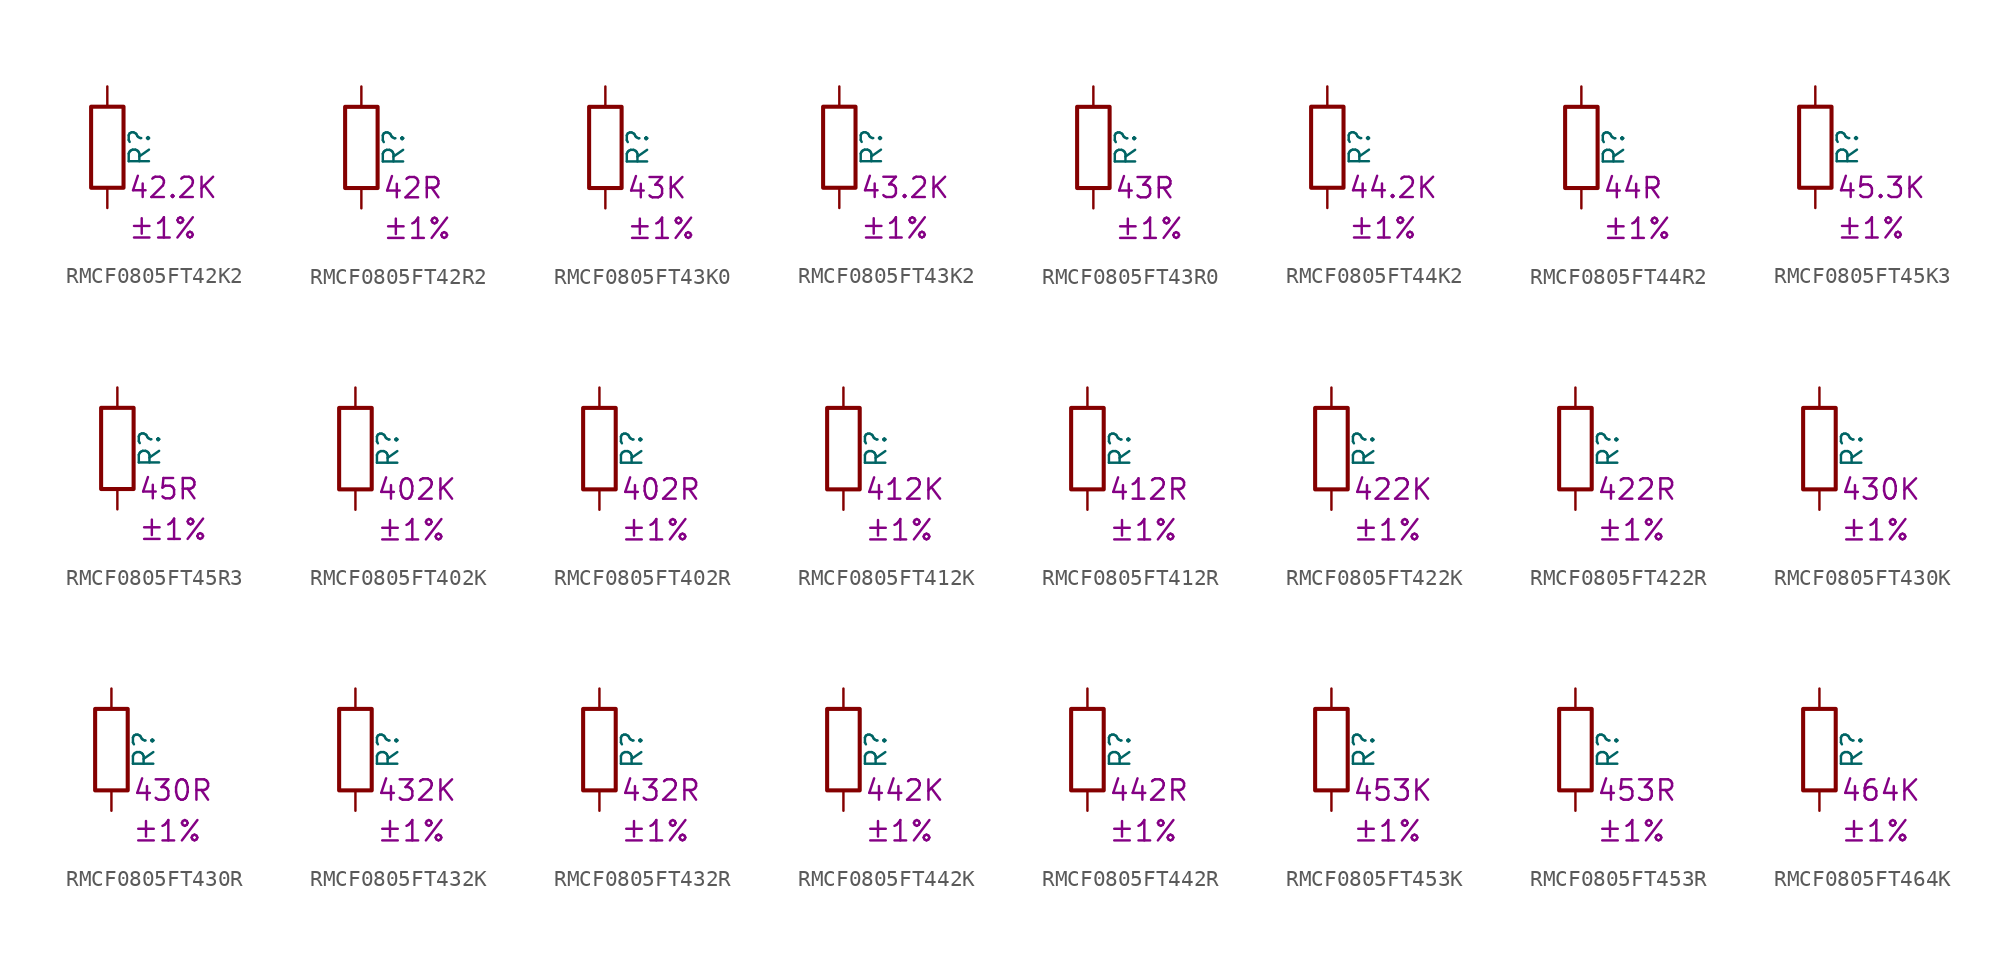
<source format=kicad_sym>
(kicad_symbol_lib
  (version 20220914)
  (generator kicad_symbol_editor)
  (symbol "RMCF0805FT42K2"
    (pin_numbers hide)
    (pin_names
      (offset 0))
    (property "Reference" "R"
      (at 2.032 0 90)
      (effects (font (size 1.27 1.27))))
    (property "Resistance" "42.2K"
      (at 1.27 -2.54 0)
      (effects (font (size 1.27 1.27)) (justify left)))
    (property "Tolerance" "±1%"
      (at 1.27 -5.08 0)
      (effects (font (size 1.27 1.27)) (justify left)))
    (symbol "RMCF0805FT42K2_0_1"
      (rectangle (start -1.016 -2.54) (end 1.016 2.54) (stroke (width 0.254) (type default)) (fill (type none))))
    (symbol "RMCF0805FT42K2_1_1"
      (pin passive line (at 0 3.81 270) (length 1.27) (name "~" (effects (font (size 1.27 1.27)))) (number "1" (effects (font (size 1.27 1.27)))))
      (pin passive line (at 0 -3.81 90) (length 1.27) (name "~" (effects (font (size 1.27 1.27)))) (number "2" (effects (font (size 1.27 1.27)))))))
  (symbol "RMCF0805FT42R2"
    (pin_numbers hide)
    (pin_names
      (offset 0))
    (property "Reference" "R"
      (at 2.032 0 90)
      (effects (font (size 1.27 1.27))))
    (property "Resistance" "42R"
      (at 1.27 -2.54 0)
      (effects (font (size 1.27 1.27)) (justify left)))
    (property "Tolerance" "±1%"
      (at 1.27 -5.08 0)
      (effects (font (size 1.27 1.27)) (justify left)))
    (symbol "RMCF0805FT42R2_0_1"
      (rectangle (start -1.016 -2.54) (end 1.016 2.54) (stroke (width 0.254) (type default)) (fill (type none))))
    (symbol "RMCF0805FT42R2_1_1"
      (pin passive line (at 0 3.81 270) (length 1.27) (name "~" (effects (font (size 1.27 1.27)))) (number "1" (effects (font (size 1.27 1.27)))))
      (pin passive line (at 0 -3.81 90) (length 1.27) (name "~" (effects (font (size 1.27 1.27)))) (number "2" (effects (font (size 1.27 1.27)))))))
  (symbol "RMCF0805FT43K0"
    (pin_numbers hide)
    (pin_names
      (offset 0))
    (property "Reference" "R"
      (at 2.032 0 90)
      (effects (font (size 1.27 1.27))))
    (property "Resistance" "43K"
      (at 1.27 -2.54 0)
      (effects (font (size 1.27 1.27)) (justify left)))
    (property "Tolerance" "±1%"
      (at 1.27 -5.08 0)
      (effects (font (size 1.27 1.27)) (justify left)))
    (symbol "RMCF0805FT43K0_0_1"
      (rectangle (start -1.016 -2.54) (end 1.016 2.54) (stroke (width 0.254) (type default)) (fill (type none))))
    (symbol "RMCF0805FT43K0_1_1"
      (pin passive line (at 0 3.81 270) (length 1.27) (name "~" (effects (font (size 1.27 1.27)))) (number "1" (effects (font (size 1.27 1.27)))))
      (pin passive line (at 0 -3.81 90) (length 1.27) (name "~" (effects (font (size 1.27 1.27)))) (number "2" (effects (font (size 1.27 1.27)))))))
  (symbol "RMCF0805FT43K2"
    (pin_numbers hide)
    (pin_names
      (offset 0))
    (property "Reference" "R"
      (at 2.032 0 90)
      (effects (font (size 1.27 1.27))))
    (property "Resistance" "43.2K"
      (at 1.27 -2.54 0)
      (effects (font (size 1.27 1.27)) (justify left)))
    (property "Tolerance" "±1%"
      (at 1.27 -5.08 0)
      (effects (font (size 1.27 1.27)) (justify left)))
    (symbol "RMCF0805FT43K2_0_1"
      (rectangle (start -1.016 -2.54) (end 1.016 2.54) (stroke (width 0.254) (type default)) (fill (type none))))
    (symbol "RMCF0805FT43K2_1_1"
      (pin passive line (at 0 3.81 270) (length 1.27) (name "~" (effects (font (size 1.27 1.27)))) (number "1" (effects (font (size 1.27 1.27)))))
      (pin passive line (at 0 -3.81 90) (length 1.27) (name "~" (effects (font (size 1.27 1.27)))) (number "2" (effects (font (size 1.27 1.27)))))))
  (symbol "RMCF0805FT43R0"
    (pin_numbers hide)
    (pin_names
      (offset 0))
    (property "Reference" "R"
      (at 2.032 0 90)
      (effects (font (size 1.27 1.27))))
    (property "Resistance" "43R"
      (at 1.27 -2.54 0)
      (effects (font (size 1.27 1.27)) (justify left)))
    (property "Tolerance" "±1%"
      (at 1.27 -5.08 0)
      (effects (font (size 1.27 1.27)) (justify left)))
    (symbol "RMCF0805FT43R0_0_1"
      (rectangle (start -1.016 -2.54) (end 1.016 2.54) (stroke (width 0.254) (type default)) (fill (type none))))
    (symbol "RMCF0805FT43R0_1_1"
      (pin passive line (at 0 3.81 270) (length 1.27) (name "~" (effects (font (size 1.27 1.27)))) (number "1" (effects (font (size 1.27 1.27)))))
      (pin passive line (at 0 -3.81 90) (length 1.27) (name "~" (effects (font (size 1.27 1.27)))) (number "2" (effects (font (size 1.27 1.27)))))))
  (symbol "RMCF0805FT44K2"
    (pin_numbers hide)
    (pin_names
      (offset 0))
    (property "Reference" "R"
      (at 2.032 0 90)
      (effects (font (size 1.27 1.27))))
    (property "Resistance" "44.2K"
      (at 1.27 -2.54 0)
      (effects (font (size 1.27 1.27)) (justify left)))
    (property "Tolerance" "±1%"
      (at 1.27 -5.08 0)
      (effects (font (size 1.27 1.27)) (justify left)))
    (symbol "RMCF0805FT44K2_0_1"
      (rectangle (start -1.016 -2.54) (end 1.016 2.54) (stroke (width 0.254) (type default)) (fill (type none))))
    (symbol "RMCF0805FT44K2_1_1"
      (pin passive line (at 0 3.81 270) (length 1.27) (name "~" (effects (font (size 1.27 1.27)))) (number "1" (effects (font (size 1.27 1.27)))))
      (pin passive line (at 0 -3.81 90) (length 1.27) (name "~" (effects (font (size 1.27 1.27)))) (number "2" (effects (font (size 1.27 1.27)))))))
  (symbol "RMCF0805FT44R2"
    (pin_numbers hide)
    (pin_names
      (offset 0))
    (property "Reference" "R"
      (at 2.032 0 90)
      (effects (font (size 1.27 1.27))))
    (property "Resistance" "44R"
      (at 1.27 -2.54 0)
      (effects (font (size 1.27 1.27)) (justify left)))
    (property "Tolerance" "±1%"
      (at 1.27 -5.08 0)
      (effects (font (size 1.27 1.27)) (justify left)))
    (symbol "RMCF0805FT44R2_0_1"
      (rectangle (start -1.016 -2.54) (end 1.016 2.54) (stroke (width 0.254) (type default)) (fill (type none))))
    (symbol "RMCF0805FT44R2_1_1"
      (pin passive line (at 0 3.81 270) (length 1.27) (name "~" (effects (font (size 1.27 1.27)))) (number "1" (effects (font (size 1.27 1.27)))))
      (pin passive line (at 0 -3.81 90) (length 1.27) (name "~" (effects (font (size 1.27 1.27)))) (number "2" (effects (font (size 1.27 1.27)))))))
  (symbol "RMCF0805FT45K3"
    (pin_numbers hide)
    (pin_names
      (offset 0))
    (property "Reference" "R"
      (at 2.032 0 90)
      (effects (font (size 1.27 1.27))))
    (property "Resistance" "45.3K"
      (at 1.27 -2.54 0)
      (effects (font (size 1.27 1.27)) (justify left)))
    (property "Tolerance" "±1%"
      (at 1.27 -5.08 0)
      (effects (font (size 1.27 1.27)) (justify left)))
    (symbol "RMCF0805FT45K3_0_1"
      (rectangle (start -1.016 -2.54) (end 1.016 2.54) (stroke (width 0.254) (type default)) (fill (type none))))
    (symbol "RMCF0805FT45K3_1_1"
      (pin passive line (at 0 3.81 270) (length 1.27) (name "~" (effects (font (size 1.27 1.27)))) (number "1" (effects (font (size 1.27 1.27)))))
      (pin passive line (at 0 -3.81 90) (length 1.27) (name "~" (effects (font (size 1.27 1.27)))) (number "2" (effects (font (size 1.27 1.27)))))))
  (symbol "RMCF0805FT45R3"
    (pin_numbers hide)
    (pin_names
      (offset 0))
    (property "Reference" "R"
      (at 2.032 0 90)
      (effects (font (size 1.27 1.27))))
    (property "Resistance" "45R"
      (at 1.27 -2.54 0)
      (effects (font (size 1.27 1.27)) (justify left)))
    (property "Tolerance" "±1%"
      (at 1.27 -5.08 0)
      (effects (font (size 1.27 1.27)) (justify left)))
    (symbol "RMCF0805FT45R3_0_1"
      (rectangle (start -1.016 -2.54) (end 1.016 2.54) (stroke (width 0.254) (type default)) (fill (type none))))
    (symbol "RMCF0805FT45R3_1_1"
      (pin passive line (at 0 3.81 270) (length 1.27) (name "~" (effects (font (size 1.27 1.27)))) (number "1" (effects (font (size 1.27 1.27)))))
      (pin passive line (at 0 -3.81 90) (length 1.27) (name "~" (effects (font (size 1.27 1.27)))) (number "2" (effects (font (size 1.27 1.27)))))))
  (symbol "RMCF0805FT402K"
    (pin_numbers hide)
    (pin_names
      (offset 0))
    (property "Reference" "R"
      (at 2.032 0 90)
      (effects (font (size 1.27 1.27))))
    (property "Resistance" "402K"
      (at 1.27 -2.54 0)
      (effects (font (size 1.27 1.27)) (justify left)))
    (property "Tolerance" "±1%"
      (at 1.27 -5.08 0)
      (effects (font (size 1.27 1.27)) (justify left)))
    (symbol "RMCF0805FT402K_0_1"
      (rectangle (start -1.016 -2.54) (end 1.016 2.54) (stroke (width 0.254) (type default)) (fill (type none))))
    (symbol "RMCF0805FT402K_1_1"
      (pin passive line (at 0 3.81 270) (length 1.27) (name "~" (effects (font (size 1.27 1.27)))) (number "1" (effects (font (size 1.27 1.27)))))
      (pin passive line (at 0 -3.81 90) (length 1.27) (name "~" (effects (font (size 1.27 1.27)))) (number "2" (effects (font (size 1.27 1.27)))))))
  (symbol "RMCF0805FT402R"
    (pin_numbers hide)
    (pin_names
      (offset 0))
    (property "Reference" "R"
      (at 2.032 0 90)
      (effects (font (size 1.27 1.27))))
    (property "Resistance" "402R"
      (at 1.27 -2.54 0)
      (effects (font (size 1.27 1.27)) (justify left)))
    (property "Tolerance" "±1%"
      (at 1.27 -5.08 0)
      (effects (font (size 1.27 1.27)) (justify left)))
    (symbol "RMCF0805FT402R_0_1"
      (rectangle (start -1.016 -2.54) (end 1.016 2.54) (stroke (width 0.254) (type default)) (fill (type none))))
    (symbol "RMCF0805FT402R_1_1"
      (pin passive line (at 0 3.81 270) (length 1.27) (name "~" (effects (font (size 1.27 1.27)))) (number "1" (effects (font (size 1.27 1.27)))))
      (pin passive line (at 0 -3.81 90) (length 1.27) (name "~" (effects (font (size 1.27 1.27)))) (number "2" (effects (font (size 1.27 1.27)))))))
  (symbol "RMCF0805FT412K"
    (pin_numbers hide)
    (pin_names
      (offset 0))
    (property "Reference" "R"
      (at 2.032 0 90)
      (effects (font (size 1.27 1.27))))
    (property "Resistance" "412K"
      (at 1.27 -2.54 0)
      (effects (font (size 1.27 1.27)) (justify left)))
    (property "Tolerance" "±1%"
      (at 1.27 -5.08 0)
      (effects (font (size 1.27 1.27)) (justify left)))
    (symbol "RMCF0805FT412K_0_1"
      (rectangle (start -1.016 -2.54) (end 1.016 2.54) (stroke (width 0.254) (type default)) (fill (type none))))
    (symbol "RMCF0805FT412K_1_1"
      (pin passive line (at 0 3.81 270) (length 1.27) (name "~" (effects (font (size 1.27 1.27)))) (number "1" (effects (font (size 1.27 1.27)))))
      (pin passive line (at 0 -3.81 90) (length 1.27) (name "~" (effects (font (size 1.27 1.27)))) (number "2" (effects (font (size 1.27 1.27)))))))
  (symbol "RMCF0805FT412R"
    (pin_numbers hide)
    (pin_names
      (offset 0))
    (property "Reference" "R"
      (at 2.032 0 90)
      (effects (font (size 1.27 1.27))))
    (property "Resistance" "412R"
      (at 1.27 -2.54 0)
      (effects (font (size 1.27 1.27)) (justify left)))
    (property "Tolerance" "±1%"
      (at 1.27 -5.08 0)
      (effects (font (size 1.27 1.27)) (justify left)))
    (symbol "RMCF0805FT412R_0_1"
      (rectangle (start -1.016 -2.54) (end 1.016 2.54) (stroke (width 0.254) (type default)) (fill (type none))))
    (symbol "RMCF0805FT412R_1_1"
      (pin passive line (at 0 3.81 270) (length 1.27) (name "~" (effects (font (size 1.27 1.27)))) (number "1" (effects (font (size 1.27 1.27)))))
      (pin passive line (at 0 -3.81 90) (length 1.27) (name "~" (effects (font (size 1.27 1.27)))) (number "2" (effects (font (size 1.27 1.27)))))))
  (symbol "RMCF0805FT422K"
    (pin_numbers hide)
    (pin_names
      (offset 0))
    (property "Reference" "R"
      (at 2.032 0 90)
      (effects (font (size 1.27 1.27))))
    (property "Resistance" "422K"
      (at 1.27 -2.54 0)
      (effects (font (size 1.27 1.27)) (justify left)))
    (property "Tolerance" "±1%"
      (at 1.27 -5.08 0)
      (effects (font (size 1.27 1.27)) (justify left)))
    (symbol "RMCF0805FT422K_0_1"
      (rectangle (start -1.016 -2.54) (end 1.016 2.54) (stroke (width 0.254) (type default)) (fill (type none))))
    (symbol "RMCF0805FT422K_1_1"
      (pin passive line (at 0 3.81 270) (length 1.27) (name "~" (effects (font (size 1.27 1.27)))) (number "1" (effects (font (size 1.27 1.27)))))
      (pin passive line (at 0 -3.81 90) (length 1.27) (name "~" (effects (font (size 1.27 1.27)))) (number "2" (effects (font (size 1.27 1.27)))))))
  (symbol "RMCF0805FT422R"
    (pin_numbers hide)
    (pin_names
      (offset 0))
    (property "Reference" "R"
      (at 2.032 0 90)
      (effects (font (size 1.27 1.27))))
    (property "Resistance" "422R"
      (at 1.27 -2.54 0)
      (effects (font (size 1.27 1.27)) (justify left)))
    (property "Tolerance" "±1%"
      (at 1.27 -5.08 0)
      (effects (font (size 1.27 1.27)) (justify left)))
    (symbol "RMCF0805FT422R_0_1"
      (rectangle (start -1.016 -2.54) (end 1.016 2.54) (stroke (width 0.254) (type default)) (fill (type none))))
    (symbol "RMCF0805FT422R_1_1"
      (pin passive line (at 0 3.81 270) (length 1.27) (name "~" (effects (font (size 1.27 1.27)))) (number "1" (effects (font (size 1.27 1.27)))))
      (pin passive line (at 0 -3.81 90) (length 1.27) (name "~" (effects (font (size 1.27 1.27)))) (number "2" (effects (font (size 1.27 1.27)))))))
  (symbol "RMCF0805FT430K"
    (pin_numbers hide)
    (pin_names
      (offset 0))
    (property "Reference" "R"
      (at 2.032 0 90)
      (effects (font (size 1.27 1.27))))
    (property "Resistance" "430K"
      (at 1.27 -2.54 0)
      (effects (font (size 1.27 1.27)) (justify left)))
    (property "Tolerance" "±1%"
      (at 1.27 -5.08 0)
      (effects (font (size 1.27 1.27)) (justify left)))
    (symbol "RMCF0805FT430K_0_1"
      (rectangle (start -1.016 -2.54) (end 1.016 2.54) (stroke (width 0.254) (type default)) (fill (type none))))
    (symbol "RMCF0805FT430K_1_1"
      (pin passive line (at 0 3.81 270) (length 1.27) (name "~" (effects (font (size 1.27 1.27)))) (number "1" (effects (font (size 1.27 1.27)))))
      (pin passive line (at 0 -3.81 90) (length 1.27) (name "~" (effects (font (size 1.27 1.27)))) (number "2" (effects (font (size 1.27 1.27)))))))
  (symbol "RMCF0805FT430R"
    (pin_numbers hide)
    (pin_names
      (offset 0))
    (property "Reference" "R"
      (at 2.032 0 90)
      (effects (font (size 1.27 1.27))))
    (property "Resistance" "430R"
      (at 1.27 -2.54 0)
      (effects (font (size 1.27 1.27)) (justify left)))
    (property "Tolerance" "±1%"
      (at 1.27 -5.08 0)
      (effects (font (size 1.27 1.27)) (justify left)))
    (symbol "RMCF0805FT430R_0_1"
      (rectangle (start -1.016 -2.54) (end 1.016 2.54) (stroke (width 0.254) (type default)) (fill (type none))))
    (symbol "RMCF0805FT430R_1_1"
      (pin passive line (at 0 3.81 270) (length 1.27) (name "~" (effects (font (size 1.27 1.27)))) (number "1" (effects (font (size 1.27 1.27)))))
      (pin passive line (at 0 -3.81 90) (length 1.27) (name "~" (effects (font (size 1.27 1.27)))) (number "2" (effects (font (size 1.27 1.27)))))))
  (symbol "RMCF0805FT432K"
    (pin_numbers hide)
    (pin_names
      (offset 0))
    (property "Reference" "R"
      (at 2.032 0 90)
      (effects (font (size 1.27 1.27))))
    (property "Resistance" "432K"
      (at 1.27 -2.54 0)
      (effects (font (size 1.27 1.27)) (justify left)))
    (property "Tolerance" "±1%"
      (at 1.27 -5.08 0)
      (effects (font (size 1.27 1.27)) (justify left)))
    (symbol "RMCF0805FT432K_0_1"
      (rectangle (start -1.016 -2.54) (end 1.016 2.54) (stroke (width 0.254) (type default)) (fill (type none))))
    (symbol "RMCF0805FT432K_1_1"
      (pin passive line (at 0 3.81 270) (length 1.27) (name "~" (effects (font (size 1.27 1.27)))) (number "1" (effects (font (size 1.27 1.27)))))
      (pin passive line (at 0 -3.81 90) (length 1.27) (name "~" (effects (font (size 1.27 1.27)))) (number "2" (effects (font (size 1.27 1.27)))))))
  (symbol "RMCF0805FT432R"
    (pin_numbers hide)
    (pin_names
      (offset 0))
    (property "Reference" "R"
      (at 2.032 0 90)
      (effects (font (size 1.27 1.27))))
    (property "Resistance" "432R"
      (at 1.27 -2.54 0)
      (effects (font (size 1.27 1.27)) (justify left)))
    (property "Tolerance" "±1%"
      (at 1.27 -5.08 0)
      (effects (font (size 1.27 1.27)) (justify left)))
    (symbol "RMCF0805FT432R_0_1"
      (rectangle (start -1.016 -2.54) (end 1.016 2.54) (stroke (width 0.254) (type default)) (fill (type none))))
    (symbol "RMCF0805FT432R_1_1"
      (pin passive line (at 0 3.81 270) (length 1.27) (name "~" (effects (font (size 1.27 1.27)))) (number "1" (effects (font (size 1.27 1.27)))))
      (pin passive line (at 0 -3.81 90) (length 1.27) (name "~" (effects (font (size 1.27 1.27)))) (number "2" (effects (font (size 1.27 1.27)))))))
  (symbol "RMCF0805FT442K"
    (pin_numbers hide)
    (pin_names
      (offset 0))
    (property "Reference" "R"
      (at 2.032 0 90)
      (effects (font (size 1.27 1.27))))
    (property "Resistance" "442K"
      (at 1.27 -2.54 0)
      (effects (font (size 1.27 1.27)) (justify left)))
    (property "Tolerance" "±1%"
      (at 1.27 -5.08 0)
      (effects (font (size 1.27 1.27)) (justify left)))
    (symbol "RMCF0805FT442K_0_1"
      (rectangle (start -1.016 -2.54) (end 1.016 2.54) (stroke (width 0.254) (type default)) (fill (type none))))
    (symbol "RMCF0805FT442K_1_1"
      (pin passive line (at 0 3.81 270) (length 1.27) (name "~" (effects (font (size 1.27 1.27)))) (number "1" (effects (font (size 1.27 1.27)))))
      (pin passive line (at 0 -3.81 90) (length 1.27) (name "~" (effects (font (size 1.27 1.27)))) (number "2" (effects (font (size 1.27 1.27)))))))
  (symbol "RMCF0805FT442R"
    (pin_numbers hide)
    (pin_names
      (offset 0))
    (property "Reference" "R"
      (at 2.032 0 90)
      (effects (font (size 1.27 1.27))))
    (property "Resistance" "442R"
      (at 1.27 -2.54 0)
      (effects (font (size 1.27 1.27)) (justify left)))
    (property "Tolerance" "±1%"
      (at 1.27 -5.08 0)
      (effects (font (size 1.27 1.27)) (justify left)))
    (symbol "RMCF0805FT442R_0_1"
      (rectangle (start -1.016 -2.54) (end 1.016 2.54) (stroke (width 0.254) (type default)) (fill (type none))))
    (symbol "RMCF0805FT442R_1_1"
      (pin passive line (at 0 3.81 270) (length 1.27) (name "~" (effects (font (size 1.27 1.27)))) (number "1" (effects (font (size 1.27 1.27)))))
      (pin passive line (at 0 -3.81 90) (length 1.27) (name "~" (effects (font (size 1.27 1.27)))) (number "2" (effects (font (size 1.27 1.27)))))))
  (symbol "RMCF0805FT453K"
    (pin_numbers hide)
    (pin_names
      (offset 0))
    (property "Reference" "R"
      (at 2.032 0 90)
      (effects (font (size 1.27 1.27))))
    (property "Resistance" "453K"
      (at 1.27 -2.54 0)
      (effects (font (size 1.27 1.27)) (justify left)))
    (property "Tolerance" "±1%"
      (at 1.27 -5.08 0)
      (effects (font (size 1.27 1.27)) (justify left)))
    (symbol "RMCF0805FT453K_0_1"
      (rectangle (start -1.016 -2.54) (end 1.016 2.54) (stroke (width 0.254) (type default)) (fill (type none))))
    (symbol "RMCF0805FT453K_1_1"
      (pin passive line (at 0 3.81 270) (length 1.27) (name "~" (effects (font (size 1.27 1.27)))) (number "1" (effects (font (size 1.27 1.27)))))
      (pin passive line (at 0 -3.81 90) (length 1.27) (name "~" (effects (font (size 1.27 1.27)))) (number "2" (effects (font (size 1.27 1.27)))))))
  (symbol "RMCF0805FT453R"
    (pin_numbers hide)
    (pin_names
      (offset 0))
    (property "Reference" "R"
      (at 2.032 0 90)
      (effects (font (size 1.27 1.27))))
    (property "Resistance" "453R"
      (at 1.27 -2.54 0)
      (effects (font (size 1.27 1.27)) (justify left)))
    (property "Tolerance" "±1%"
      (at 1.27 -5.08 0)
      (effects (font (size 1.27 1.27)) (justify left)))
    (symbol "RMCF0805FT453R_0_1"
      (rectangle (start -1.016 -2.54) (end 1.016 2.54) (stroke (width 0.254) (type default)) (fill (type none))))
    (symbol "RMCF0805FT453R_1_1"
      (pin passive line (at 0 3.81 270) (length 1.27) (name "~" (effects (font (size 1.27 1.27)))) (number "1" (effects (font (size 1.27 1.27)))))
      (pin passive line (at 0 -3.81 90) (length 1.27) (name "~" (effects (font (size 1.27 1.27)))) (number "2" (effects (font (size 1.27 1.27)))))))
  (symbol "RMCF0805FT464K"
    (pin_numbers hide)
    (pin_names
      (offset 0))
    (property "Reference" "R"
      (at 2.032 0 90)
      (effects (font (size 1.27 1.27))))
    (property "Resistance" "464K"
      (at 1.27 -2.54 0)
      (effects (font (size 1.27 1.27)) (justify left)))
    (property "Tolerance" "±1%"
      (at 1.27 -5.08 0)
      (effects (font (size 1.27 1.27)) (justify left)))
    (symbol "RMCF0805FT464K_0_1"
      (rectangle (start -1.016 -2.54) (end 1.016 2.54) (stroke (width 0.254) (type default)) (fill (type none))))
    (symbol "RMCF0805FT464K_1_1"
      (pin passive line (at 0 3.81 270) (length 1.27) (name "~" (effects (font (size 1.27 1.27)))) (number "1" (effects (font (size 1.27 1.27)))))
      (pin passive line (at 0 -3.81 90) (length 1.27) (name "~" (effects (font (size 1.27 1.27)))) (number "2" (effects (font (size 1.27 1.27))))))))
</source>
